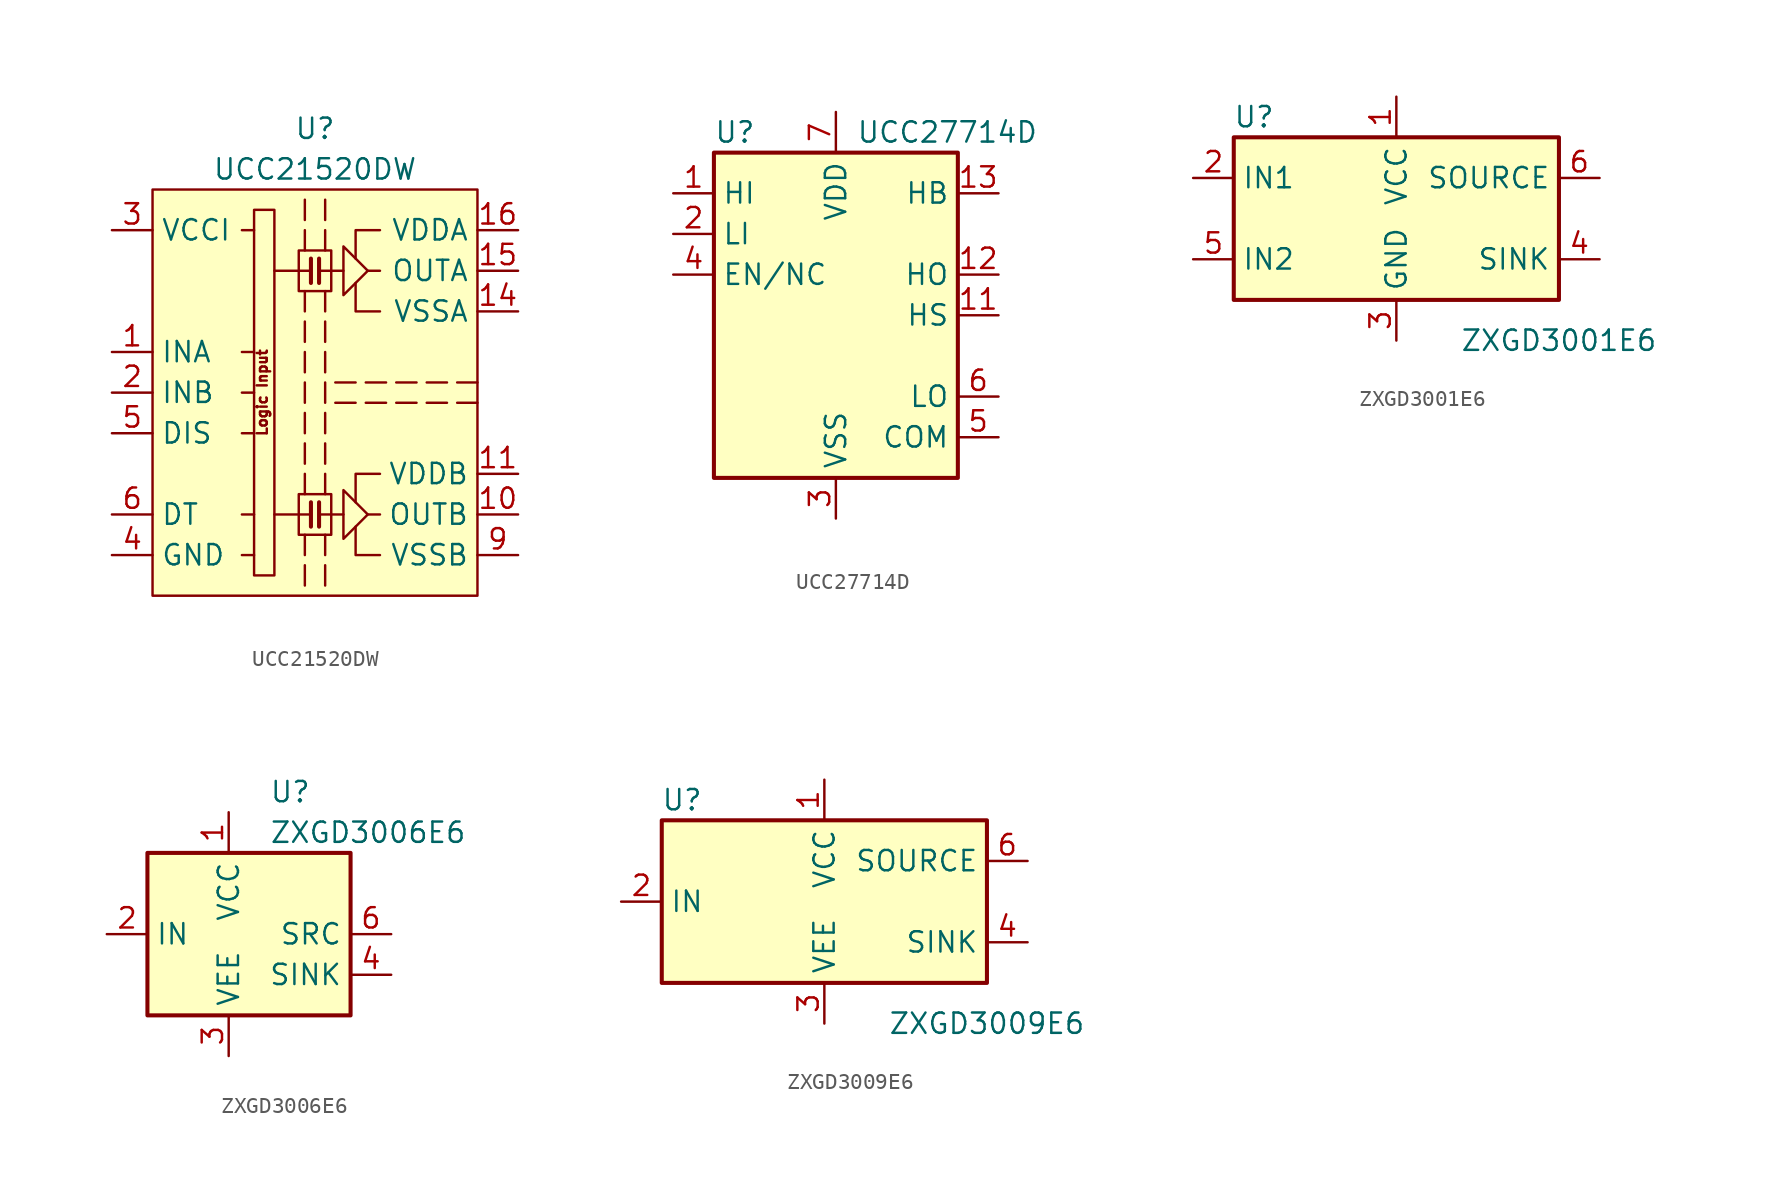
<source format=kicad_sym>
(kicad_symbol_lib
  (version 20211014)
  (generator kicad_symbol_editor)
  (symbol "UCC21520DW"
    (property "Reference" "U"
      (at 0 16.51 0)
      (effects (font (size 1.27 1.27))))
    (property "Value" "UCC21520DW"
      (at 0 13.97 0)
      (effects (font (size 1.27 1.27))))
    (symbol "UCC21520DW_0_0"
      (polyline (pts (xy -0.635 6.35) (xy -0.635 5.08)) (stroke (width 0) (type default) (color 0 0 0 0)) (fill (type none)))
      (polyline (pts (xy -0.635 10.16) (xy -0.635 8.89)) (stroke (width 0) (type default) (color 0 0 0 0)) (fill (type none)))
      (polyline (pts (xy -0.635 12.065) (xy -0.635 10.795)) (stroke (width 0) (type default) (color 0 0 0 0)) (fill (type none)))
      (polyline (pts (xy -0.254 -7.62) (xy -2.54 -7.62)) (stroke (width 0) (type default) (color 0 0 0 0)) (fill (type none)))
      (polyline (pts (xy -0.254 -6.858) (xy -0.254 -8.382)) (stroke (width 0.254) (type default) (color 0 0 0 0)) (fill (type none)))
      (polyline (pts (xy -0.254 7.62) (xy -2.54 7.62)) (stroke (width 0) (type default) (color 0 0 0 0)) (fill (type none)))
      (polyline (pts (xy -0.254 8.382) (xy -0.254 6.858)) (stroke (width 0.254) (type default) (color 0 0 0 0)) (fill (type none)))
      (polyline (pts (xy 0.254 -7.62) (xy 1.778 -7.62)) (stroke (width 0) (type default) (color 0 0 0 0)) (fill (type none)))
      (polyline (pts (xy 0.254 -6.858) (xy 0.254 -8.382)) (stroke (width 0.254) (type default) (color 0 0 0 0)) (fill (type none)))
      (polyline (pts (xy 0.254 7.62) (xy 1.778 7.62)) (stroke (width 0) (type default) (color 0 0 0 0)) (fill (type none)))
      (polyline (pts (xy 0.254 8.382) (xy 0.254 6.858)) (stroke (width 0.254) (type default) (color 0 0 0 0)) (fill (type none)))
      (polyline (pts (xy 0.635 6.35) (xy 0.635 5.08)) (stroke (width 0) (type default) (color 0 0 0 0)) (fill (type none)))
      (polyline (pts (xy 0.635 8.89) (xy 0.635 10.16)) (stroke (width 0) (type default) (color 0 0 0 0)) (fill (type none)))
      (polyline (pts (xy 0.635 10.795) (xy 0.635 12.065)) (stroke (width 0) (type default) (color 0 0 0 0)) (fill (type none)))
      (polyline (pts (xy 2.54 -0.635) (xy 1.27 -0.635)) (stroke (width 0) (type default) (color 0 0 0 0)) (fill (type none)))
      (polyline (pts (xy 2.54 0.635) (xy 1.27 0.635)) (stroke (width 0) (type default) (color 0 0 0 0)) (fill (type none)))
      (polyline (pts (xy 4.064 -7.62) (xy 3.302 -7.62)) (stroke (width 0) (type default) (color 0 0 0 0)) (fill (type none)))
      (polyline (pts (xy 4.064 7.62) (xy 3.302 7.62)) (stroke (width 0) (type default) (color 0 0 0 0)) (fill (type none)))
      (polyline (pts (xy 4.445 -0.635) (xy 3.175 -0.635)) (stroke (width 0) (type default) (color 0 0 0 0)) (fill (type none)))
      (polyline (pts (xy 4.445 0.635) (xy 3.175 0.635)) (stroke (width 0) (type default) (color 0 0 0 0)) (fill (type none)))
      (polyline (pts (xy 6.35 -0.635) (xy 5.08 -0.635)) (stroke (width 0) (type default) (color 0 0 0 0)) (fill (type none)))
      (polyline (pts (xy 6.35 0.635) (xy 5.08 0.635)) (stroke (width 0) (type default) (color 0 0 0 0)) (fill (type none)))
      (polyline (pts (xy 8.255 -0.635) (xy 6.985 -0.635)) (stroke (width 0) (type default) (color 0 0 0 0)) (fill (type none)))
      (polyline (pts (xy 8.255 0.635) (xy 6.985 0.635)) (stroke (width 0) (type default) (color 0 0 0 0)) (fill (type none)))
      (polyline (pts (xy 10.16 -0.635) (xy 8.89 -0.635)) (stroke (width 0) (type default) (color 0 0 0 0)) (fill (type none)))
      (polyline (pts (xy 10.16 0.635) (xy 8.89 0.635)) (stroke (width 0) (type default) (color 0 0 0 0)) (fill (type none)))
      (polyline (pts (xy 4.064 -10.16) (xy 2.54 -10.16) (xy 2.54 -8.382)) (stroke (width 0) (type default) (color 0 0 0 0)) (fill (type none)))
      (polyline (pts (xy 4.064 -5.08) (xy 2.54 -5.08) (xy 2.54 -6.858)) (stroke (width 0) (type default) (color 0 0 0 0)) (fill (type none)))
      (polyline (pts (xy 4.064 5.08) (xy 2.54 5.08) (xy 2.54 6.858)) (stroke (width 0) (type default) (color 0 0 0 0)) (fill (type none)))
      (polyline (pts (xy 4.064 10.16) (xy 2.54 10.16) (xy 2.54 8.382)) (stroke (width 0) (type default) (color 0 0 0 0)) (fill (type none)))
      (polyline (pts (xy 3.302 -7.62) (xy 1.778 -9.144) (xy 1.778 -6.096) (xy 3.302 -7.62)) (stroke (width 0) (type default) (color 0 0 0 0)) (fill (type none)))
      (polyline (pts (xy 3.302 7.62) (xy 1.778 6.096) (xy 1.778 9.144) (xy 3.302 7.62)) (stroke (width 0) (type default) (color 0 0 0 0)) (fill (type none)))
      (rectangle (start 1.016 -6.35) (end -1.016 -8.89) (stroke (width 0) (type default) (color 0 0 0 0)) (fill (type none)))
      (rectangle (start 1.016 8.89) (end -1.016 6.35) (stroke (width 0) (type default) (color 0 0 0 0)) (fill (type none)))
      (text "Logic Input" (at -3.302 0 900) (effects (font (size 0.635 0.635)))))
    (symbol "UCC21520DW_0_1"
      (rectangle (start -3.81 11.43) (end -2.54 -11.43) (stroke (width 0) (type default) (color 0 0 0 0)) (fill (type none)))
      (polyline (pts (xy -3.81 -10.16) (xy -4.572 -10.16)) (stroke (width 0) (type default) (color 0 0 0 0)) (fill (type none)))
      (polyline (pts (xy -3.81 -7.62) (xy -4.572 -7.62)) (stroke (width 0) (type default) (color 0 0 0 0)) (fill (type none)))
      (polyline (pts (xy -3.81 -2.54) (xy -4.572 -2.54)) (stroke (width 0) (type default) (color 0 0 0 0)) (fill (type none)))
      (polyline (pts (xy -3.81 0) (xy -4.572 0)) (stroke (width 0) (type default) (color 0 0 0 0)) (fill (type none)))
      (polyline (pts (xy -3.81 2.54) (xy -4.572 2.54)) (stroke (width 0) (type default) (color 0 0 0 0)) (fill (type none)))
      (polyline (pts (xy -3.81 10.16) (xy -4.572 10.16)) (stroke (width 0) (type default) (color 0 0 0 0)) (fill (type none)))
      (polyline (pts (xy -0.635 -10.795) (xy -0.635 -12.065)) (stroke (width 0) (type default) (color 0 0 0 0)) (fill (type none)))
      (polyline (pts (xy -0.635 -8.89) (xy -0.635 -10.16)) (stroke (width 0) (type default) (color 0 0 0 0)) (fill (type none)))
      (polyline (pts (xy -0.635 -5.08) (xy -0.635 -6.35)) (stroke (width 0) (type default) (color 0 0 0 0)) (fill (type none)))
      (polyline (pts (xy -0.635 -3.175) (xy -0.635 -4.445)) (stroke (width 0) (type default) (color 0 0 0 0)) (fill (type none)))
      (polyline (pts (xy -0.635 -1.27) (xy -0.635 -2.54)) (stroke (width 0) (type default) (color 0 0 0 0)) (fill (type none)))
      (polyline (pts (xy -0.635 0.635) (xy -0.635 -0.635)) (stroke (width 0) (type default) (color 0 0 0 0)) (fill (type none)))
      (polyline (pts (xy -0.635 2.54) (xy -0.635 1.27)) (stroke (width 0) (type default) (color 0 0 0 0)) (fill (type none)))
      (polyline (pts (xy -0.635 4.445) (xy -0.635 3.175)) (stroke (width 0) (type default) (color 0 0 0 0)) (fill (type none)))
      (polyline (pts (xy 0.635 -10.795) (xy 0.635 -12.065)) (stroke (width 0) (type default) (color 0 0 0 0)) (fill (type none)))
      (polyline (pts (xy 0.635 -8.89) (xy 0.635 -10.16)) (stroke (width 0) (type default) (color 0 0 0 0)) (fill (type none)))
      (polyline (pts (xy 0.635 -5.08) (xy 0.635 -6.35)) (stroke (width 0) (type default) (color 0 0 0 0)) (fill (type none)))
      (polyline (pts (xy 0.635 -3.175) (xy 0.635 -4.445)) (stroke (width 0) (type default) (color 0 0 0 0)) (fill (type none)))
      (polyline (pts (xy 0.635 -1.27) (xy 0.635 -2.54)) (stroke (width 0) (type default) (color 0 0 0 0)) (fill (type none)))
      (polyline (pts (xy 0.635 0.635) (xy 0.635 -0.635)) (stroke (width 0) (type default) (color 0 0 0 0)) (fill (type none)))
      (polyline (pts (xy 0.635 2.54) (xy 0.635 1.27)) (stroke (width 0) (type default) (color 0 0 0 0)) (fill (type none)))
      (polyline (pts (xy 0.635 4.445) (xy 0.635 3.175)) (stroke (width 0) (type default) (color 0 0 0 0)) (fill (type none)))
      (rectangle (start 10.16 12.7) (end -10.16 -12.7) (stroke (width 0) (type default) (color 0 0 0 0)) (fill (type background))))
    (symbol "UCC21520DW_1_1"
      (pin input line (at -12.7 2.54 0) (length 2.54) (name "INA" (effects (font (size 1.27 1.27)))) (number "1" (effects (font (size 1.27 1.27)))))
      (pin output line (at 12.7 -7.62 180) (length 2.54) (name "OUTB" (effects (font (size 1.27 1.27)))) (number "10" (effects (font (size 1.27 1.27)))))
      (pin power_in line (at 12.7 -5.08 180) (length 2.54) (name "VDDB" (effects (font (size 1.27 1.27)))) (number "11" (effects (font (size 1.27 1.27)))))
      (pin no_connect line (at 10.16 -2.54 180) (length 2.54) hide (name "NC" (effects (font (size 1.27 1.27)))) (number "12" (effects (font (size 1.27 1.27)))))
      (pin no_connect line (at 10.16 2.54 180) (length 2.54) hide (name "NC" (effects (font (size 1.27 1.27)))) (number "13" (effects (font (size 1.27 1.27)))))
      (pin power_in line (at 12.7 5.08 180) (length 2.54) (name "VSSA" (effects (font (size 1.27 1.27)))) (number "14" (effects (font (size 1.27 1.27)))))
      (pin output line (at 12.7 7.62 180) (length 2.54) (name "OUTA" (effects (font (size 1.27 1.27)))) (number "15" (effects (font (size 1.27 1.27)))))
      (pin power_in line (at 12.7 10.16 180) (length 2.54) (name "VDDA" (effects (font (size 1.27 1.27)))) (number "16" (effects (font (size 1.27 1.27)))))
      (pin input line (at -12.7 0 0) (length 2.54) (name "INB" (effects (font (size 1.27 1.27)))) (number "2" (effects (font (size 1.27 1.27)))))
      (pin power_in line (at -12.7 10.16 0) (length 2.54) (name "VCCI" (effects (font (size 1.27 1.27)))) (number "3" (effects (font (size 1.27 1.27)))))
      (pin power_in line (at -12.7 -10.16 0) (length 2.54) (name "GND" (effects (font (size 1.27 1.27)))) (number "4" (effects (font (size 1.27 1.27)))))
      (pin input line (at -12.7 -2.54 0) (length 2.54) (name "DIS" (effects (font (size 1.27 1.27)))) (number "5" (effects (font (size 1.27 1.27)))))
      (pin passive line (at -12.7 -7.62 0) (length 2.54) (name "DT" (effects (font (size 1.27 1.27)))) (number "6" (effects (font (size 1.27 1.27)))))
      (pin no_connect line (at -10.16 -5.08 0) (length 2.54) hide (name "NC" (effects (font (size 1.27 1.27)))) (number "7" (effects (font (size 1.27 1.27)))))
      (pin passive line (at -12.7 10.16 0) (length 2.54) hide (name "VCCI" (effects (font (size 1.27 1.27)))) (number "8" (effects (font (size 1.27 1.27)))))
      (pin power_in line (at 12.7 -10.16 180) (length 2.54) (name "VSSB" (effects (font (size 1.27 1.27)))) (number "9" (effects (font (size 1.27 1.27)))))))
  (symbol "UCC27714D"
    (property "Reference" "U"
      (at -7.62 11.43 0)
      (effects (font (size 1.27 1.27)) (justify left)))
    (property "Value" "UCC27714D"
      (at 1.27 11.43 0)
      (effects (font (size 1.27 1.27)) (justify left)))
    (symbol "UCC27714D_0_1"
      (rectangle (start -7.62 10.16) (end 7.62 -10.16) (stroke (width 0.254) (type default) (color 0 0 0 0)) (fill (type background))))
    (symbol "UCC27714D_1_1"
      (pin input line (at -10.16 7.62 0) (length 2.54) (name "HI" (effects (font (size 1.27 1.27)))) (number "1" (effects (font (size 1.27 1.27)))))
      (pin no_connect line (at -7.62 -5.08 0) (length 2.54) hide (name "NC" (effects (font (size 1.27 1.27)))) (number "10" (effects (font (size 1.27 1.27)))))
      (pin passive line (at 10.16 0 180) (length 2.54) (name "HS" (effects (font (size 1.27 1.27)))) (number "11" (effects (font (size 1.27 1.27)))))
      (pin output line (at 10.16 2.54 180) (length 2.54) (name "HO" (effects (font (size 1.27 1.27)))) (number "12" (effects (font (size 1.27 1.27)))))
      (pin input line (at 10.16 7.62 180) (length 2.54) (name "HB" (effects (font (size 1.27 1.27)))) (number "13" (effects (font (size 1.27 1.27)))))
      (pin no_connect line (at -7.62 -7.62 0) (length 2.54) hide (name "NC" (effects (font (size 1.27 1.27)))) (number "14" (effects (font (size 1.27 1.27)))))
      (pin input line (at -10.16 5.08 0) (length 2.54) (name "LI" (effects (font (size 1.27 1.27)))) (number "2" (effects (font (size 1.27 1.27)))))
      (pin power_in line (at 0 -12.7 90) (length 2.54) (name "VSS" (effects (font (size 1.27 1.27)))) (number "3" (effects (font (size 1.27 1.27)))))
      (pin input line (at -10.16 2.54 0) (length 2.54) (name "EN/NC" (effects (font (size 1.27 1.27)))) (number "4" (effects (font (size 1.27 1.27)))))
      (pin passive line (at 10.16 -7.62 180) (length 2.54) (name "COM" (effects (font (size 1.27 1.27)))) (number "5" (effects (font (size 1.27 1.27)))))
      (pin output line (at 10.16 -5.08 180) (length 2.54) (name "LO" (effects (font (size 1.27 1.27)))) (number "6" (effects (font (size 1.27 1.27)))))
      (pin power_in line (at 0 12.7 270) (length 2.54) (name "VDD" (effects (font (size 1.27 1.27)))) (number "7" (effects (font (size 1.27 1.27)))))
      (pin no_connect line (at -7.62 0 0) (length 2.54) hide (name "NC" (effects (font (size 1.27 1.27)))) (number "8" (effects (font (size 1.27 1.27)))))
      (pin no_connect line (at -7.62 -2.54 0) (length 2.54) hide (name "NC" (effects (font (size 1.27 1.27)))) (number "9" (effects (font (size 1.27 1.27)))))))
  (symbol "ZXGD3001E6"
    (property "Reference" "U"
      (at -8.89 6.35 0)
      (effects (font (size 1.27 1.27))))
    (property "Value" "ZXGD3001E6"
      (at 10.16 -7.62 0)
      (effects (font (size 1.27 1.27))))
    (symbol "ZXGD3001E6_0_1"
      (rectangle (start -10.16 5.08) (end 10.16 -5.08) (stroke (width 0.254) (type default) (color 0 0 0 0)) (fill (type background))))
    (symbol "ZXGD3001E6_1_1"
      (pin power_in line (at 0 7.62 270) (length 2.54) (name "VCC" (effects (font (size 1.27 1.27)))) (number "1" (effects (font (size 1.27 1.27)))))
      (pin input line (at -12.7 2.54 0) (length 2.54) (name "IN1" (effects (font (size 1.27 1.27)))) (number "2" (effects (font (size 1.27 1.27)))))
      (pin power_in line (at 0 -7.62 90) (length 2.54) (name "GND" (effects (font (size 1.27 1.27)))) (number "3" (effects (font (size 1.27 1.27)))))
      (pin open_collector line (at 12.7 -2.54 180) (length 2.54) (name "SINK" (effects (font (size 1.27 1.27)))) (number "4" (effects (font (size 1.27 1.27)))))
      (pin input line (at -12.7 -2.54 0) (length 2.54) (name "IN2" (effects (font (size 1.27 1.27)))) (number "5" (effects (font (size 1.27 1.27)))))
      (pin open_emitter line (at 12.7 2.54 180) (length 2.54) (name "SOURCE" (effects (font (size 1.27 1.27)))) (number "6" (effects (font (size 1.27 1.27)))))))
  (symbol "ZXGD3006E6"
    (property "Reference" "U"
      (at 2.54 8.89 0)
      (effects (font (size 1.27 1.27)) (justify left)))
    (property "Value" "ZXGD3006E6"
      (at 2.54 6.35 0)
      (effects (font (size 1.27 1.27)) (justify left)))
    (symbol "ZXGD3006E6_0_1"
      (rectangle (start -5.08 5.08) (end 7.62 -5.08) (stroke (width 0.254) (type default) (color 0 0 0 0)) (fill (type background))))
    (symbol "ZXGD3006E6_1_1"
      (pin power_in line (at 0 7.62 270) (length 2.54) (name "VCC" (effects (font (size 1.27 1.27)))) (number "1" (effects (font (size 1.27 1.27)))))
      (pin input line (at -7.62 0 0) (length 2.54) (name "IN" (effects (font (size 1.27 1.27)))) (number "2" (effects (font (size 1.27 1.27)))))
      (pin power_in line (at 0 -7.62 90) (length 2.54) (name "VEE" (effects (font (size 1.27 1.27)))) (number "3" (effects (font (size 1.27 1.27)))))
      (pin open_collector line (at 10.16 -2.54 180) (length 2.54) (name "SINK" (effects (font (size 1.27 1.27)))) (number "4" (effects (font (size 1.27 1.27)))))
      (pin no_connect line (at 7.62 2.54 180) (length 2.54) hide (name "NC" (effects (font (size 1.27 1.27)))) (number "5" (effects (font (size 1.27 1.27)))))
      (pin open_emitter line (at 10.16 0 180) (length 2.54) (name "SRC" (effects (font (size 1.27 1.27)))) (number "6" (effects (font (size 1.27 1.27)))))))
  (symbol "ZXGD3009E6"
    (property "Reference" "U"
      (at -8.89 6.35 0)
      (effects (font (size 1.27 1.27))))
    (property "Value" "ZXGD3009E6"
      (at 10.16 -7.62 0)
      (effects (font (size 1.27 1.27))))
    (symbol "ZXGD3009E6_0_1"
      (rectangle (start -10.16 5.08) (end 10.16 -5.08) (stroke (width 0.254) (type default) (color 0 0 0 0)) (fill (type background))))
    (symbol "ZXGD3009E6_1_1"
      (pin power_in line (at 0 7.62 270) (length 2.54) (name "VCC" (effects (font (size 1.27 1.27)))) (number "1" (effects (font (size 1.27 1.27)))))
      (pin input line (at -12.7 0 0) (length 2.54) (name "IN" (effects (font (size 1.27 1.27)))) (number "2" (effects (font (size 1.27 1.27)))))
      (pin power_in line (at 0 -7.62 90) (length 2.54) (name "VEE" (effects (font (size 1.27 1.27)))) (number "3" (effects (font (size 1.27 1.27)))))
      (pin open_collector line (at 12.7 -2.54 180) (length 2.54) (name "SINK" (effects (font (size 1.27 1.27)))) (number "4" (effects (font (size 1.27 1.27)))))
      (pin no_connect line (at 10.16 0 180) (length 2.54) hide (name "NC" (effects (font (size 1.27 1.27)))) (number "5" (effects (font (size 1.27 1.27)))))
      (pin open_emitter line (at 12.7 2.54 180) (length 2.54) (name "SOURCE" (effects (font (size 1.27 1.27)))) (number "6" (effects (font (size 1.27 1.27))))))))
</source>
